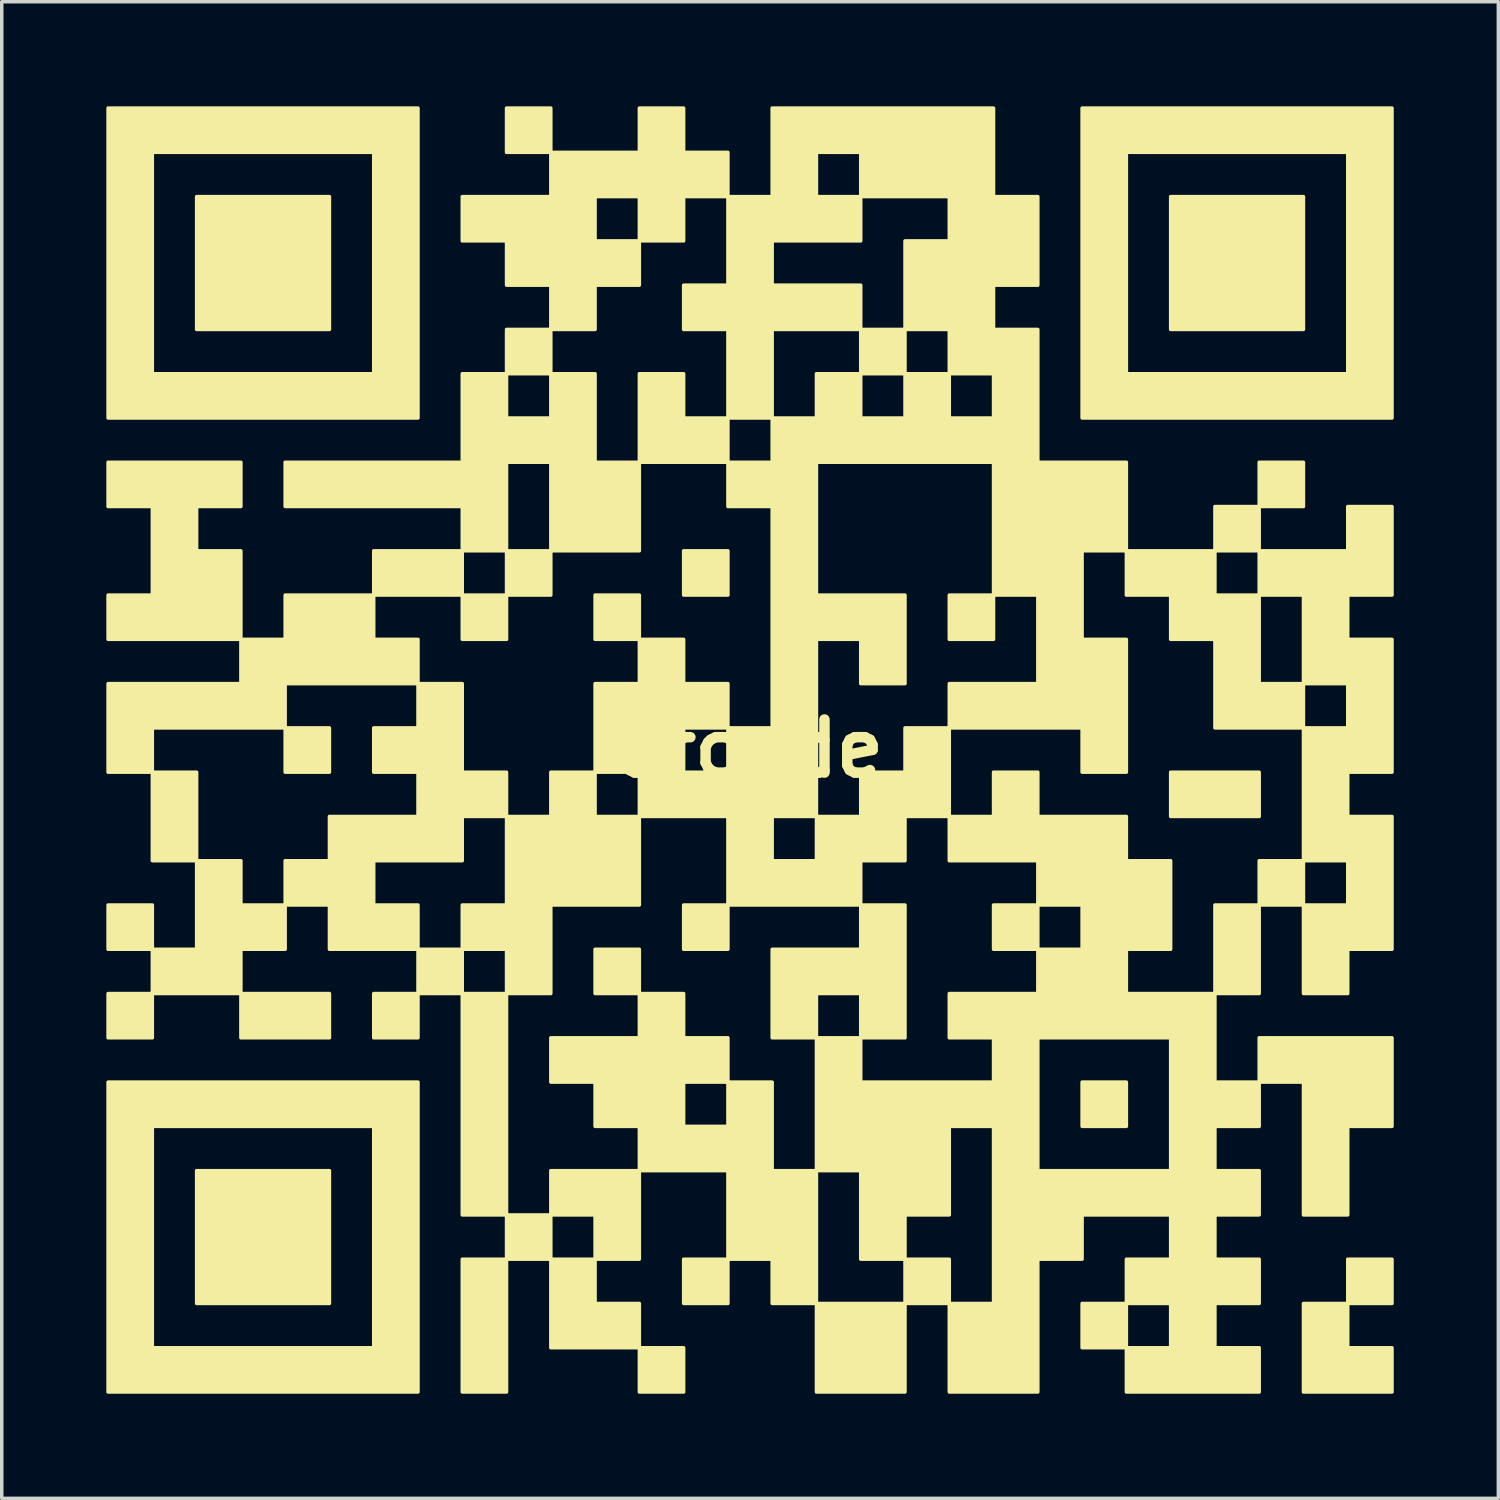
<source format=kicad_pcb>
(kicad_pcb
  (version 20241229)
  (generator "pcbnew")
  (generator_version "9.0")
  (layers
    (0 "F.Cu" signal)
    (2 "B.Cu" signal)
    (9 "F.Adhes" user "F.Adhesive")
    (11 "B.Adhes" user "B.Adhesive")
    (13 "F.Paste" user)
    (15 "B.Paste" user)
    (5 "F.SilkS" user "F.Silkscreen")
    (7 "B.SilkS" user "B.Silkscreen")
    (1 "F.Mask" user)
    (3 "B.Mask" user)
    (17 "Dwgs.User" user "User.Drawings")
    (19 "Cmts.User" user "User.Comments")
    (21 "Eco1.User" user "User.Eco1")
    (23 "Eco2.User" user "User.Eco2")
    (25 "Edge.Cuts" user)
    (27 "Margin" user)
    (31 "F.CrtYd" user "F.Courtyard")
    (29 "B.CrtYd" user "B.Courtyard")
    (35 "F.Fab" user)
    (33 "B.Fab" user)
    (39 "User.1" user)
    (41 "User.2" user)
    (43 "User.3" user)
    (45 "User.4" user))
  (footprint "qrcode"
    (layer "F.Cu")
    (at 18.423 18.423)
    (property "Reference" "qrcode" (at 0 0 0) (layer "F.SilkS") (effects (font (size 1.524 1.524) (thickness 0.3))))
    (attr through_hole)
    (fp_poly (pts (xy -17.103 5.757) (xy -17.738 5.757) (xy -18.373 5.757) (xy -18.373 5.122) (xy -18.373 4.487) (xy -17.738 4.487) (xy -17.103 4.487) (xy -17.103 5.122) (xy -17.103 5.757)) (stroke (width 0.1) (type solid)) (fill yes) (layer "F.SilkS"))
    (fp_poly (pts (xy -17.103 8.297) (xy -17.738 8.297) (xy -18.373 8.297) (xy -18.373 7.662) (xy -18.373 7.027) (xy -17.738 7.027) (xy -17.103 7.027) (xy -17.103 7.662) (xy -17.103 8.297)) (stroke (width 0.1) (type solid)) (fill yes) (layer "F.SilkS"))
    (fp_poly (pts (xy -15.833 3.217) (xy -16.468 3.217) (xy -17.103 3.217) (xy -17.103 1.947) (xy -17.103 0.677) (xy -16.468 0.677) (xy -15.833 0.677) (xy -15.833 1.947) (xy -15.833 3.217)) (stroke (width 0.1) (type solid)) (fill yes) (layer "F.SilkS"))
    (fp_poly (pts (xy -12.023 -12.023) (xy -13.928 -12.023) (xy -15.833 -12.023) (xy -15.833 -13.928) (xy -15.833 -15.833) (xy -13.928 -15.833) (xy -12.023 -15.833) (xy -12.023 -13.928) (xy -12.023 -12.023)) (stroke (width 0.1) (type solid)) (fill yes) (layer "F.SilkS"))
    (fp_poly (pts (xy -12.023 0.677) (xy -12.658 0.677) (xy -13.293 0.677) (xy -13.293 0.042) (xy -13.293 -0.593) (xy -12.658 -0.593) (xy -12.023 -0.593) (xy -12.023 0.042) (xy -12.023 0.677)) (stroke (width 0.1) (type solid)) (fill yes) (layer "F.SilkS"))
    (fp_poly (pts (xy -12.023 8.297) (xy -13.293 8.297) (xy -14.563 8.297) (xy -14.563 7.662) (xy -14.563 7.027) (xy -13.293 7.027) (xy -12.023 7.027) (xy -12.023 7.662) (xy -12.023 8.297)) (stroke (width 0.1) (type solid)) (fill yes) (layer "F.SilkS"))
    (fp_poly (pts (xy -12.023 15.917) (xy -13.928 15.917) (xy -15.833 15.917) (xy -15.833 14.012) (xy -15.833 12.107) (xy -13.928 12.107) (xy -12.023 12.107) (xy -12.023 14.012) (xy -12.023 15.917)) (stroke (width 0.1) (type solid)) (fill yes) (layer "F.SilkS"))
    (fp_poly (pts (xy -9.483 8.297) (xy -10.118 8.297) (xy -10.753 8.297) (xy -10.753 7.662) (xy -10.753 7.027) (xy -10.118 7.027) (xy -9.483 7.027) (xy -9.483 7.662) (xy -9.483 8.297)) (stroke (width 0.1) (type solid)) (fill yes) (layer "F.SilkS"))
    (fp_poly (pts (xy -8.213 -4.403) (xy -9.483 -4.403) (xy -10.753 -4.403) (xy -10.753 -5.038) (xy -10.753 -5.673) (xy -9.483 -5.673) (xy -8.213 -5.673) (xy -8.213 -5.038) (xy -8.213 -4.403)) (stroke (width 0.1) (type solid)) (fill yes) (layer "F.SilkS"))
    (fp_poly (pts (xy -8.213 7.027) (xy -8.848 7.027) (xy -9.483 7.027) (xy -9.483 6.392) (xy -9.483 5.757) (xy -8.848 5.757) (xy -8.213 5.757) (xy -8.213 6.392) (xy -8.213 7.027)) (stroke (width 0.1) (type solid)) (fill yes) (layer "F.SilkS"))
    (fp_poly (pts (xy -6.943 -3.133) (xy -7.578 -3.133) (xy -8.213 -3.133) (xy -8.213 -3.768) (xy -8.213 -4.403) (xy -7.578 -4.403) (xy -6.943 -4.403) (xy -6.943 -3.768) (xy -6.943 -3.133)) (stroke (width 0.1) (type solid)) (fill yes) (layer "F.SilkS"))
    (fp_poly (pts (xy -6.943 13.377) (xy -7.578 13.377) (xy -8.213 13.377) (xy -8.213 10.202) (xy -8.213 7.027) (xy -7.578 7.027) (xy -6.943 7.027) (xy -6.943 10.202) (xy -6.943 13.377)) (stroke (width 0.1) (type solid)) (fill yes) (layer "F.SilkS"))
    (fp_poly (pts (xy -6.943 18.457) (xy -7.578 18.457) (xy -8.213 18.457) (xy -8.213 16.552) (xy -8.213 14.647) (xy -7.578 14.647) (xy -6.943 14.647) (xy -6.943 16.552) (xy -6.943 18.457)) (stroke (width 0.1) (type solid)) (fill yes) (layer "F.SilkS"))
    (fp_poly (pts (xy -5.673 -17.103) (xy -6.308 -17.103) (xy -6.943 -17.103) (xy -6.943 -17.738) (xy -6.943 -18.373) (xy -6.308 -18.373) (xy -5.673 -18.373) (xy -5.673 -17.738) (xy -5.673 -17.103)) (stroke (width 0.1) (type solid)) (fill yes) (layer "F.SilkS"))
    (fp_poly (pts (xy -5.673 -10.753) (xy -6.308 -10.753) (xy -6.943 -10.753) (xy -6.943 -11.388) (xy -6.943 -12.023) (xy -6.308 -12.023) (xy -5.673 -12.023) (xy -5.673 -11.388) (xy -5.673 -10.753)) (stroke (width 0.1) (type solid)) (fill yes) (layer "F.SilkS"))
    (fp_poly (pts (xy -5.673 -4.403) (xy -6.308 -4.403) (xy -6.943 -4.403) (xy -6.943 -5.038) (xy -6.943 -5.673) (xy -6.308 -5.673) (xy -5.673 -5.673) (xy -5.673 -5.038) (xy -5.673 -4.403)) (stroke (width 0.1) (type solid)) (fill yes) (layer "F.SilkS"))
    (fp_poly (pts (xy -5.673 14.647) (xy -6.308 14.647) (xy -6.943 14.647) (xy -6.943 14.012) (xy -6.943 13.377) (xy -6.308 13.377) (xy -5.673 13.377) (xy -5.673 14.012) (xy -5.673 14.647)) (stroke (width 0.1) (type solid)) (fill yes) (layer "F.SilkS"))
    (fp_poly (pts (xy -3.133 -3.133) (xy -3.768 -3.133) (xy -4.403 -3.133) (xy -4.403 -3.768) (xy -4.403 -4.403) (xy -3.768 -4.403) (xy -3.133 -4.403) (xy -3.133 -3.768) (xy -3.133 -3.133)) (stroke (width 0.1) (type solid)) (fill yes) (layer "F.SilkS"))
    (fp_poly (pts (xy -3.133 7.027) (xy -3.768 7.027) (xy -4.403 7.027) (xy -4.403 6.392) (xy -4.403 5.757) (xy -3.768 5.757) (xy -3.133 5.757) (xy -3.133 6.392) (xy -3.133 7.027)) (stroke (width 0.1) (type solid)) (fill yes) (layer "F.SilkS"))
    (fp_poly (pts (xy -1.863 18.457) (xy -2.498 18.457) (xy -3.133 18.457) (xy -3.133 17.822) (xy -3.133 17.187) (xy -2.498 17.187) (xy -1.863 17.187) (xy -1.863 17.822) (xy -1.863 18.457)) (stroke (width 0.1) (type solid)) (fill yes) (layer "F.SilkS"))
    (fp_poly (pts (xy -0.593 -4.403) (xy -1.228 -4.403) (xy -1.863 -4.403) (xy -1.863 -5.038) (xy -1.863 -5.673) (xy -1.228 -5.673) (xy -0.593 -5.673) (xy -0.593 -5.038) (xy -0.593 -4.403)) (stroke (width 0.1) (type solid)) (fill yes) (layer "F.SilkS"))
    (fp_poly (pts (xy -0.593 5.757) (xy -1.228 5.757) (xy -1.863 5.757) (xy -1.863 5.122) (xy -1.863 4.487) (xy -1.228 4.487) (xy -0.593 4.487) (xy -0.593 5.122) (xy -0.593 5.757)) (stroke (width 0.1) (type solid)) (fill yes) (layer "F.SilkS"))
    (fp_poly (pts (xy -0.593 15.917) (xy -1.228 15.917) (xy -1.863 15.917) (xy -1.863 15.282) (xy -1.863 14.647) (xy -1.228 14.647) (xy -0.593 14.647) (xy -0.593 15.282) (xy -0.593 15.917)) (stroke (width 0.1) (type solid)) (fill yes) (layer "F.SilkS"))
    (fp_poly (pts (xy 4.487 -10.753) (xy 3.852 -10.753) (xy 3.217 -10.753) (xy 3.217 -11.388) (xy 3.217 -12.023) (xy 3.852 -12.023) (xy 4.487 -12.023) (xy 4.487 -11.388) (xy 4.487 -10.753)) (stroke (width 0.1) (type solid)) (fill yes) (layer "F.SilkS"))
    (fp_poly (pts (xy 4.487 18.457) (xy 3.217 18.457) (xy 1.947 18.457) (xy 1.947 17.187) (xy 1.947 15.917) (xy 3.217 15.917) (xy 4.487 15.917) (xy 4.487 17.187) (xy 4.487 18.457)) (stroke (width 0.1) (type solid)) (fill yes) (layer "F.SilkS"))
    (fp_poly (pts (xy 5.757 15.917) (xy 5.122 15.917) (xy 4.487 15.917) (xy 4.487 15.282) (xy 4.487 14.647) (xy 5.122 14.647) (xy 5.757 14.647) (xy 5.757 15.282) (xy 5.757 15.917)) (stroke (width 0.1) (type solid)) (fill yes) (layer "F.SilkS"))
    (fp_poly (pts (xy 7.027 -3.133) (xy 6.392 -3.133) (xy 5.757 -3.133) (xy 5.757 -3.768) (xy 5.757 -4.403) (xy 6.392 -4.403) (xy 7.027 -4.403) (xy 7.027 -3.768) (xy 7.027 -3.133)) (stroke (width 0.1) (type solid)) (fill yes) (layer "F.SilkS"))
    (fp_poly (pts (xy 8.297 5.757) (xy 7.662 5.757) (xy 7.027 5.757) (xy 7.027 5.122) (xy 7.027 4.487) (xy 7.662 4.487) (xy 8.297 4.487) (xy 8.297 5.122) (xy 8.297 5.757)) (stroke (width 0.1) (type solid)) (fill yes) (layer "F.SilkS"))
    (fp_poly (pts (xy 10.837 10.837) (xy 10.202 10.837) (xy 9.567 10.837) (xy 9.567 10.202) (xy 9.567 9.567) (xy 10.202 9.567) (xy 10.837 9.567) (xy 10.837 10.202) (xy 10.837 10.837)) (stroke (width 0.1) (type solid)) (fill yes) (layer "F.SilkS"))
    (fp_poly (pts (xy 10.837 17.187) (xy 10.202 17.187) (xy 9.567 17.187) (xy 9.567 16.552) (xy 9.567 15.917) (xy 10.202 15.917) (xy 10.837 15.917) (xy 10.837 16.552) (xy 10.837 17.187)) (stroke (width 0.1) (type solid)) (fill yes) (layer "F.SilkS"))
    (fp_poly (pts (xy 14.647 -5.673) (xy 14.012 -5.673) (xy 13.377 -5.673) (xy 13.377 -6.308) (xy 13.377 -6.943) (xy 14.012 -6.943) (xy 14.647 -6.943) (xy 14.647 -6.308) (xy 14.647 -5.673)) (stroke (width 0.1) (type solid)) (fill yes) (layer "F.SilkS"))
    (fp_poly (pts (xy 14.647 1.947) (xy 13.377 1.947) (xy 12.107 1.947) (xy 12.107 1.312) (xy 12.107 0.677) (xy 13.377 0.677) (xy 14.647 0.677) (xy 14.647 1.312) (xy 14.647 1.947)) (stroke (width 0.1) (type solid)) (fill yes) (layer "F.SilkS"))
    (fp_poly (pts (xy 14.647 7.027) (xy 14.012 7.027) (xy 13.377 7.027) (xy 13.377 5.757) (xy 13.377 4.487) (xy 14.012 4.487) (xy 14.647 4.487) (xy 14.647 5.757) (xy 14.647 7.027)) (stroke (width 0.1) (type solid)) (fill yes) (layer "F.SilkS"))
    (fp_poly (pts (xy 15.917 -12.023) (xy 14.012 -12.023) (xy 12.107 -12.023) (xy 12.107 -13.928) (xy 12.107 -15.833) (xy 14.012 -15.833) (xy 15.917 -15.833) (xy 15.917 -13.928) (xy 15.917 -12.023)) (stroke (width 0.1) (type solid)) (fill yes) (layer "F.SilkS"))
    (fp_poly (pts (xy 15.917 -6.943) (xy 15.282 -6.943) (xy 14.647 -6.943) (xy 14.647 -7.578) (xy 14.647 -8.213) (xy 15.282 -8.213) (xy 15.917 -8.213) (xy 15.917 -7.578) (xy 15.917 -6.943)) (stroke (width 0.1) (type solid)) (fill yes) (layer "F.SilkS"))
    (fp_poly (pts (xy 15.917 4.487) (xy 15.282 4.487) (xy 14.647 4.487) (xy 14.647 3.852) (xy 14.647 3.217) (xy 15.282 3.217) (xy 15.917 3.217) (xy 15.917 3.852) (xy 15.917 4.487)) (stroke (width 0.1) (type solid)) (fill yes) (layer "F.SilkS"))
    (fp_poly (pts (xy 18.457 15.917) (xy 17.822 15.917) (xy 17.187 15.917) (xy 17.187 15.282) (xy 17.187 14.647) (xy 17.822 14.647) (xy 18.457 14.647) (xy 18.457 15.282) (xy 18.457 15.917)) (stroke (width 0.1) (type solid)) (fill yes) (layer "F.SilkS"))
    (fp_poly (pts (xy -3.133 14.647) (xy -3.768 14.647) (xy -4.403 14.647) (xy -4.403 14.012) (xy -4.403 13.377) (xy -5.038 13.377) (xy -5.673 13.377) (xy -5.673 12.742) (xy -5.673 12.107) (xy -4.403 12.107) (xy -3.133 12.107) (xy -3.133 13.377) (xy -3.133 14.647)) (stroke (width 0.1) (type solid)) (fill yes) (layer "F.SilkS"))
    (fp_poly (pts (xy -3.133 17.187) (xy -4.403 17.187) (xy -5.673 17.187) (xy -5.673 15.917) (xy -5.673 14.647) (xy -5.038 14.647) (xy -4.403 14.647) (xy -4.403 15.282) (xy -4.403 15.917) (xy -3.768 15.917) (xy -3.133 15.917) (xy -3.133 16.552) (xy -3.133 17.187)) (stroke (width 0.1) (type solid)) (fill yes) (layer "F.SilkS"))
    (fp_poly (pts (xy -0.593 -8.213) (xy -1.863 -8.213) (xy -3.133 -8.213) (xy -3.133 -9.483) (xy -3.133 -10.753) (xy -2.498 -10.753) (xy -1.863 -10.753) (xy -1.863 -10.118) (xy -1.863 -9.483) (xy -1.228 -9.483) (xy -0.593 -9.483) (xy -0.593 -8.848) (xy -0.593 -8.213)) (stroke (width 0.1) (type solid)) (fill yes) (layer "F.SilkS"))
    (fp_poly (pts (xy 18.457 18.457) (xy 17.187 18.457) (xy 15.917 18.457) (xy 15.917 17.187) (xy 15.917 15.917) (xy 16.552 15.917) (xy 17.187 15.917) (xy 17.187 16.552) (xy 17.187 17.187) (xy 17.822 17.187) (xy 18.457 17.187) (xy 18.457 17.822) (xy 18.457 18.457)) (stroke (width 0.1) (type solid)) (fill yes) (layer "F.SilkS"))
    (fp_poly (pts (xy 18.457 10.837) (xy 17.822 10.837) (xy 17.187 10.837) (xy 17.187 12.107) (xy 17.187 13.377) (xy 16.552 13.377) (xy 15.917 13.377) (xy 15.917 11.472) (xy 15.917 9.567) (xy 15.282 9.567) (xy 14.647 9.567) (xy 14.647 8.932) (xy 14.647 8.297) (xy 16.552 8.297) (xy 18.457 8.297) (xy 18.457 9.567) (xy 18.457 10.837)) (stroke (width 0.1) (type solid)) (fill yes) (layer "F.SilkS"))
    (fp_poly (pts (xy -9.483 -9.483) (xy -10.753 -9.483) (xy -10.753 -10.753) (xy -10.753 -13.928) (xy -10.753 -17.103) (xy -13.928 -17.103) (xy -17.103 -17.103) (xy -17.103 -13.928) (xy -17.103 -10.753) (xy -13.928 -10.753) (xy -10.753 -10.753) (xy -10.753 -9.483) (xy -13.928 -9.483) (xy -18.373 -9.483) (xy -18.373 -13.928) (xy -18.373 -18.373) (xy -13.928 -18.373) (xy -9.483 -18.373) (xy -9.483 -13.928) (xy -9.483 -9.483)) (stroke (width 0.1) (type solid)) (fill yes) (layer "F.SilkS"))
    (fp_poly (pts (xy -9.483 18.457) (xy -10.753 18.457) (xy -10.753 17.187) (xy -10.753 14.012) (xy -10.753 10.837) (xy -13.928 10.837) (xy -17.103 10.837) (xy -17.103 14.012) (xy -17.103 17.187) (xy -13.928 17.187) (xy -10.753 17.187) (xy -10.753 18.457) (xy -13.928 18.457) (xy -18.373 18.457) (xy -18.373 14.012) (xy -18.373 9.567) (xy -13.928 9.567) (xy -9.483 9.567) (xy -9.483 14.012) (xy -9.483 18.457)) (stroke (width 0.1) (type solid)) (fill yes) (layer "F.SilkS"))
    (fp_poly (pts (xy 18.457 -9.483) (xy 17.187 -9.483) (xy 17.187 -10.753) (xy 17.187 -13.928) (xy 17.187 -17.103) (xy 14.012 -17.103) (xy 10.837 -17.103) (xy 10.837 -13.928) (xy 10.837 -10.753) (xy 14.012 -10.753) (xy 17.187 -10.753) (xy 17.187 -9.483) (xy 14.012 -9.483) (xy 9.567 -9.483) (xy 9.567 -13.928) (xy 9.567 -18.373) (xy 14.012 -18.373) (xy 18.457 -18.373) (xy 18.457 -13.928) (xy 18.457 -9.483)) (stroke (width 0.1) (type solid)) (fill yes) (layer "F.SilkS"))
    (fp_poly (pts (xy -13.293 5.757) (xy -13.928 5.757) (xy -14.563 5.757) (xy -14.563 6.392) (xy -14.563 7.027) (xy -15.833 7.027) (xy -17.103 7.027) (xy -17.103 6.392) (xy -17.103 5.757) (xy -16.468 5.757) (xy -15.833 5.757) (xy -15.833 4.487) (xy -15.833 3.217) (xy -15.198 3.217) (xy -14.563 3.217) (xy -14.563 3.852) (xy -14.563 4.487) (xy -13.928 4.487) (xy -13.293 4.487) (xy -13.293 5.122) (xy -13.293 5.757)) (stroke (width 0.1) (type solid)) (fill yes) (layer "F.SilkS"))
    (fp_poly (pts (xy 4.487 8.297) (xy 3.852 8.297) (xy 3.217 8.297) (xy 3.217 7.662) (xy 3.217 7.027) (xy 2.582 7.027) (xy 1.947 7.027) (xy 1.947 7.662) (xy 1.947 8.297) (xy 1.312 8.297) (xy 0.677 8.297) (xy 0.677 7.027) (xy 0.677 5.757) (xy 1.947 5.757) (xy 3.217 5.757) (xy 3.217 5.122) (xy 3.217 4.487) (xy 3.852 4.487) (xy 4.487 4.487) (xy 4.487 6.392) (xy 4.487 8.297)) (stroke (width 0.1) (type solid)) (fill yes) (layer "F.SilkS"))
    (fp_poly (pts (xy -14.563 -3.133) (xy -16.468 -3.133) (xy -18.373 -3.133) (xy -18.373 -3.768) (xy -18.373 -4.403) (xy -17.738 -4.403) (xy -17.103 -4.403) (xy -17.103 -5.673) (xy -17.103 -6.943) (xy -17.738 -6.943) (xy -18.373 -6.943) (xy -18.373 -7.578) (xy -18.373 -8.213) (xy -16.468 -8.213) (xy -14.563 -8.213) (xy -14.563 -7.578) (xy -14.563 -6.943) (xy -15.198 -6.943) (xy -15.833 -6.943) (xy -15.833 -6.308) (xy -15.833 -5.673) (xy -15.198 -5.673) (xy -14.563 -5.673) (xy -14.563 -4.403) (xy -14.563 -3.133)) (stroke (width 0.1) (type solid)) (fill yes) (layer "F.SilkS"))
    (fp_poly (pts (xy 15.917 -0.593) (xy 14.647 -0.593) (xy 13.377 -0.593) (xy 13.377 -1.863) (xy 13.377 -3.133) (xy 12.742 -3.133) (xy 12.107 -3.133) (xy 12.107 -3.768) (xy 12.107 -4.403) (xy 11.472 -4.403) (xy 10.837 -4.403) (xy 10.837 -5.038) (xy 10.837 -5.673) (xy 12.107 -5.673) (xy 13.377 -5.673) (xy 13.377 -5.038) (xy 13.377 -4.403) (xy 14.012 -4.403) (xy 14.647 -4.403) (xy 14.647 -3.133) (xy 14.647 -1.863) (xy 15.282 -1.863) (xy 15.917 -1.863) (xy 15.917 -1.228) (xy 15.917 -0.593)) (stroke (width 0.1) (type solid)) (fill yes) (layer "F.SilkS"))
    (fp_poly (pts (xy -9.483 -1.863) (xy -11.388 -1.863) (xy -13.293 -1.863) (xy -13.293 -1.228) (xy -13.293 -0.593) (xy -15.198 -0.593) (xy -17.103 -0.593) (xy -17.103 0.042) (xy -17.103 0.677) (xy -17.738 0.677) (xy -18.373 0.677) (xy -18.373 -0.593) (xy -18.373 -1.863) (xy -16.468 -1.863) (xy -14.563 -1.863) (xy -14.563 -2.498) (xy -14.563 -3.133) (xy -13.928 -3.133) (xy -13.293 -3.133) (xy -13.293 -3.768) (xy -13.293 -4.403) (xy -12.023 -4.403) (xy -10.753 -4.403) (xy -10.753 -3.768) (xy -10.753 -3.133) (xy -10.118 -3.133) (xy -9.483 -3.133) (xy -9.483 -2.498) (xy -9.483 -1.863)) (stroke (width 0.1) (type solid)) (fill yes) (layer "F.SilkS"))
    (fp_poly (pts (xy -3.133 4.487) (xy -4.403 4.487) (xy -5.673 4.487) (xy -5.673 5.757) (xy -5.673 7.027) (xy -6.308 7.027) (xy -6.943 7.027) (xy -6.943 6.392) (xy -6.943 5.757) (xy -7.578 5.757) (xy -8.213 5.757) (xy -8.213 5.122) (xy -8.213 4.487) (xy -7.578 4.487) (xy -6.943 4.487) (xy -6.943 3.217) (xy -6.943 1.947) (xy -6.308 1.947) (xy -5.673 1.947) (xy -5.673 1.312) (xy -5.673 0.677) (xy -5.038 0.677) (xy -4.403 0.677) (xy -4.403 1.312) (xy -4.403 1.947) (xy -3.768 1.947) (xy -3.133 1.947) (xy -3.133 3.217) (xy -3.133 4.487)) (stroke (width 0.1) (type solid)) (fill yes) (layer "F.SilkS"))
    (fp_poly (pts (xy -3.133 -5.673) (xy -4.403 -5.673) (xy -5.673 -5.673) (xy -5.673 -6.943) (xy -5.673 -8.213) (xy -6.308 -8.213) (xy -6.943 -8.213) (xy -6.943 -6.943) (xy -6.943 -5.673) (xy -7.578 -5.673) (xy -8.213 -5.673) (xy -8.213 -6.308) (xy -8.213 -6.943) (xy -10.753 -6.943) (xy -13.293 -6.943) (xy -13.293 -7.578) (xy -13.293 -8.213) (xy -10.753 -8.213) (xy -8.213 -8.213) (xy -8.213 -9.483) (xy -8.213 -10.753) (xy -7.578 -10.753) (xy -6.943 -10.753) (xy -6.943 -10.118) (xy -6.943 -9.483) (xy -6.308 -9.483) (xy -5.673 -9.483) (xy -5.673 -10.118) (xy -5.673 -10.753) (xy -5.038 -10.753) (xy -4.403 -10.753) (xy -4.403 -9.483) (xy -4.403 -8.213) (xy -3.768 -8.213) (xy -3.133 -8.213) (xy -3.133 -6.943) (xy -3.133 -5.673)) (stroke (width 0.1) (type solid)) (fill yes) (layer "F.SilkS"))
    (fp_poly (pts (xy -6.943 1.947) (xy -7.578 1.947) (xy -8.213 1.947) (xy -8.213 2.582) (xy -8.213 3.217) (xy -9.483 3.217) (xy -10.753 3.217) (xy -10.753 3.852) (xy -10.753 4.487) (xy -10.118 4.487) (xy -9.483 4.487) (xy -9.483 5.122) (xy -9.483 5.757) (xy -10.753 5.757) (xy -12.023 5.757) (xy -12.023 5.122) (xy -12.023 4.487) (xy -12.658 4.487) (xy -13.293 4.487) (xy -13.293 3.852) (xy -13.293 3.217) (xy -12.658 3.217) (xy -12.023 3.217) (xy -12.023 2.582) (xy -12.023 1.947) (xy -10.753 1.947) (xy -9.483 1.947) (xy -9.483 1.312) (xy -9.483 0.677) (xy -10.118 0.677) (xy -10.753 0.677) (xy -10.753 0.042) (xy -10.753 -0.593) (xy -10.118 -0.593) (xy -9.483 -0.593) (xy -9.483 -1.228) (xy -9.483 -1.863) (xy -8.848 -1.863) (xy -8.213 -1.863) (xy -8.213 -0.593) (xy -8.213 0.677) (xy -7.578 0.677) (xy -6.943 0.677) (xy -6.943 1.312) (xy -6.943 1.947)) (stroke (width 0.1) (type solid)) (fill yes) (layer "F.SilkS"))
    (fp_poly (pts (xy -0.593 -15.833) (xy -1.228 -15.833) (xy -1.863 -15.833) (xy -1.863 -15.198) (xy -1.863 -14.563) (xy -2.498 -14.563) (xy -3.133 -14.563) (xy -3.133 -15.198) (xy -3.133 -15.833) (xy -3.768 -15.833) (xy -4.403 -15.833) (xy -4.403 -15.198) (xy -4.403 -14.563) (xy -3.768 -14.563) (xy -3.133 -14.563) (xy -3.133 -13.928) (xy -3.133 -13.293) (xy -3.768 -13.293) (xy -4.403 -13.293) (xy -4.403 -12.658) (xy -4.403 -12.023) (xy -5.038 -12.023) (xy -5.673 -12.023) (xy -5.673 -12.658) (xy -5.673 -13.293) (xy -6.308 -13.293) (xy -6.943 -13.293) (xy -6.943 -13.928) (xy -6.943 -14.563) (xy -7.578 -14.563) (xy -8.213 -14.563) (xy -8.213 -15.198) (xy -8.213 -15.833) (xy -6.943 -15.833) (xy -5.673 -15.833) (xy -5.673 -16.468) (xy -5.673 -17.103) (xy -4.403 -17.103) (xy -3.133 -17.103) (xy -3.133 -17.738) (xy -3.133 -18.373) (xy -2.498 -18.373) (xy -1.863 -18.373) (xy -1.863 -17.738) (xy -1.863 -17.103) (xy -1.228 -17.103) (xy -0.593 -17.103) (xy -0.593 -16.468) (xy -0.593 -15.833)) (stroke (width 0.1) (type solid)) (fill yes) (layer "F.SilkS"))
    (fp_poly (pts (xy 1.947 15.917) (xy 1.312 15.917) (xy 0.677 15.917) (xy 0.677 15.282) (xy 0.677 14.647) (xy 0.042 14.647) (xy -0.593 14.647) (xy -0.593 13.377) (xy -0.593 12.107) (xy -1.863 12.107) (xy -3.133 12.107) (xy -3.133 11.472) (xy -3.133 10.837) (xy -3.768 10.837) (xy -4.403 10.837) (xy -4.403 10.202) (xy -4.403 9.567) (xy -5.038 9.567) (xy -5.673 9.567) (xy -5.673 8.932) (xy -5.673 8.297) (xy -4.403 8.297) (xy -3.133 8.297) (xy -3.133 7.662) (xy -3.133 7.027) (xy -2.498 7.027) (xy -1.863 7.027) (xy -1.863 7.662) (xy -1.863 8.297) (xy -1.228 8.297) (xy -0.593 8.297) (xy -0.593 8.932) (xy -0.593 9.567) (xy -1.228 9.567) (xy -1.863 9.567) (xy -1.863 10.202) (xy -1.863 10.837) (xy -1.228 10.837) (xy -0.593 10.837) (xy -0.593 10.202) (xy -0.593 9.567) (xy 0.042 9.567) (xy 0.677 9.567) (xy 0.677 10.837) (xy 0.677 12.107) (xy 1.312 12.107) (xy 1.947 12.107) (xy 1.947 14.012) (xy 1.947 15.917)) (stroke (width 0.1) (type solid)) (fill yes) (layer "F.SilkS"))
    (fp_poly (pts (xy 18.457 5.757) (xy 17.822 5.757) (xy 17.187 5.757) (xy 17.187 6.392) (xy 17.187 7.027) (xy 16.552 7.027) (xy 15.917 7.027) (xy 15.917 5.757) (xy 15.917 4.487) (xy 16.552 4.487) (xy 17.187 4.487) (xy 17.187 3.852) (xy 17.187 3.217) (xy 16.552 3.217) (xy 15.917 3.217) (xy 15.917 1.312) (xy 15.917 -0.593) (xy 16.552 -0.593) (xy 17.187 -0.593) (xy 17.187 -1.228) (xy 17.187 -1.863) (xy 16.552 -1.863) (xy 15.917 -1.863) (xy 15.917 -3.133) (xy 15.917 -4.403) (xy 15.282 -4.403) (xy 14.647 -4.403) (xy 14.647 -5.038) (xy 14.647 -5.673) (xy 15.917 -5.673) (xy 17.187 -5.673) (xy 17.187 -6.308) (xy 17.187 -6.943) (xy 17.822 -6.943) (xy 18.457 -6.943) (xy 18.457 -5.673) (xy 18.457 -4.403) (xy 17.822 -4.403) (xy 17.187 -4.403) (xy 17.187 -3.768) (xy 17.187 -3.133) (xy 17.822 -3.133) (xy 18.457 -3.133) (xy 18.457 -1.228) (xy 18.457 0.677) (xy 17.822 0.677) (xy 17.187 0.677) (xy 17.187 1.312) (xy 17.187 1.947) (xy 17.822 1.947) (xy 18.457 1.947) (xy 18.457 3.852) (xy 18.457 5.757)) (stroke (width 0.1) (type solid)) (fill yes) (layer "F.SilkS"))
    (fp_poly (pts (xy 14.647 18.457) (xy 12.742 18.457) (xy 10.837 18.457) (xy 10.837 17.822) (xy 10.837 17.187) (xy 11.472 17.187) (xy 12.107 17.187) (xy 12.107 16.552) (xy 12.107 15.917) (xy 11.472 15.917) (xy 10.837 15.917) (xy 10.837 15.282) (xy 10.837 14.647) (xy 11.472 14.647) (xy 12.107 14.647) (xy 12.107 14.012) (xy 12.107 13.377) (xy 12.107 12.107) (xy 12.107 10.202) (xy 12.107 8.297) (xy 10.202 8.297) (xy 8.297 8.297) (xy 8.297 10.202) (xy 8.297 12.107) (xy 10.202 12.107) (xy 12.107 12.107) (xy 12.107 13.377) (xy 10.837 13.377) (xy 9.567 13.377) (xy 9.567 14.012) (xy 9.567 14.647) (xy 8.932 14.647) (xy 8.297 14.647) (xy 8.297 16.552) (xy 8.297 18.457) (xy 7.027 18.457) (xy 5.757 18.457) (xy 5.757 17.187) (xy 5.757 15.917) (xy 6.392 15.917) (xy 7.027 15.917) (xy 7.027 13.377) (xy 7.027 10.837) (xy 6.392 10.837) (xy 5.757 10.837) (xy 5.757 12.107) (xy 5.757 13.377) (xy 5.122 13.377) (xy 4.487 13.377) (xy 4.487 14.012) (xy 4.487 14.647) (xy 3.852 14.647) (xy 3.217 14.647) (xy 3.217 13.377) (xy 3.217 12.107) (xy 2.582 12.107) (xy 1.947 12.107) (xy 1.947 10.202) (xy 1.947 8.297) (xy 2.582 8.297) (xy 3.217 8.297) (xy 3.217 8.932) (xy 3.217 9.567) (xy 5.122 9.567) (xy 7.027 9.567) (xy 7.027 8.932) (xy 7.027 8.297) (xy 6.392 8.297) (xy 5.757 8.297) (xy 5.757 7.662) (xy 5.757 7.027) (xy 7.027 7.027) (xy 8.297 7.027) (xy 8.297 6.392) (xy 8.297 5.757) (xy 8.932 5.757) (xy 9.567 5.757) (xy 9.567 5.122) (xy 9.567 4.487) (xy 8.932 4.487) (xy 8.297 4.487) (xy 8.297 3.852) (xy 8.297 3.217) (xy 7.027 3.217) (xy 5.757 3.217) (xy 5.757 2.582) (xy 5.757 1.947) (xy 6.392 1.947) (xy 7.027 1.947) (xy 7.027 1.312) (xy 7.027 0.677) (xy 7.662 0.677) (xy 8.297 0.677) (xy 8.297 1.312) (xy 8.297 1.947) (xy 9.567 1.947) (xy 10.837 1.947) (xy 10.837 2.582) (xy 10.837 3.217) (xy 11.472 3.217) (xy 12.107 3.217) (xy 12.107 4.487) (xy 12.107 5.757) (xy 11.472 5.757) (xy 10.837 5.757) (xy 10.837 6.392) (xy 10.837 7.027) (xy 12.107 7.027) (xy 13.377 7.027) (xy 13.377 8.297) (xy 13.377 9.567) (xy 14.012 9.567) (xy 14.647 9.567) (xy 14.647 10.202) (xy 14.647 10.837) (xy 14.012 10.837) (xy 13.377 10.837) (xy 13.377 11.472) (xy 13.377 12.107) (xy 14.012 12.107) (xy 14.647 12.107) (xy 14.647 12.742) (xy 14.647 13.377) (xy 14.012 13.377) (xy 13.377 13.377) (xy 13.377 14.012) (xy 13.377 14.647) (xy 14.012 14.647) (xy 14.647 14.647) (xy 14.647 15.282) (xy 14.647 15.917) (xy 14.012 15.917) (xy 13.377 15.917) (xy 13.377 16.552) (xy 13.377 17.187) (xy 14.012 17.187) (xy 14.647 17.187) (xy 14.647 17.822) (xy 14.647 18.457)) (stroke (width 0.1) (type solid)) (fill yes) (layer "F.SilkS"))
    (fp_poly (pts (xy 10.837 0.677) (xy 10.202 0.677) (xy 9.567 0.677) (xy 9.567 0.042) (xy 9.567 -0.593) (xy 7.662 -0.593) (xy 5.757 -0.593) (xy 5.757 -1.228) (xy 5.757 -1.863) (xy 7.027 -1.863) (xy 8.297 -1.863) (xy 8.297 -3.133) (xy 8.297 -4.403) (xy 7.662 -4.403) (xy 7.027 -4.403) (xy 7.027 -6.308) (xy 7.027 -8.213) (xy 4.487 -8.213) (xy 1.947 -8.213) (xy 1.947 -6.308) (xy 1.947 -4.403) (xy 3.217 -4.403) (xy 4.487 -4.403) (xy 4.487 -3.133) (xy 4.487 -1.863) (xy 3.852 -1.863) (xy 3.217 -1.863) (xy 3.217 -2.498) (xy 3.217 -3.133) (xy 2.582 -3.133) (xy 1.947 -3.133) (xy 1.947 -0.593) (xy 1.947 1.947) (xy 1.312 1.947) (xy 0.677 1.947) (xy 0.677 2.582) (xy 0.677 3.217) (xy 1.312 3.217) (xy 1.947 3.217) (xy 1.947 2.582) (xy 1.947 1.947) (xy 2.582 1.947) (xy 3.217 1.947) (xy 3.217 1.312) (xy 3.217 0.677) (xy 3.852 0.677) (xy 4.487 0.677) (xy 4.487 0.042) (xy 4.487 -0.593) (xy 5.122 -0.593) (xy 5.757 -0.593) (xy 5.757 0.677) (xy 5.757 1.947) (xy 5.122 1.947) (xy 4.487 1.947) (xy 4.487 2.582) (xy 4.487 3.217) (xy 3.852 3.217) (xy 3.217 3.217) (xy 3.217 3.852) (xy 3.217 4.487) (xy 1.312 4.487) (xy -0.593 4.487) (xy -0.593 3.217) (xy -0.593 1.947) (xy -1.863 1.947) (xy -3.133 1.947) (xy -3.133 1.312) (xy -3.133 0.677) (xy -3.768 0.677) (xy -4.403 0.677) (xy -4.403 -0.593) (xy -4.403 -1.863) (xy -3.768 -1.863) (xy -3.133 -1.863) (xy -3.133 -2.498) (xy -3.133 -3.133) (xy -2.498 -3.133) (xy -1.863 -3.133) (xy -1.863 -2.498) (xy -1.863 -1.863) (xy -1.228 -1.863) (xy -0.593 -1.863) (xy -0.593 -1.228) (xy -0.593 -0.593) (xy -1.228 -0.593) (xy -1.863 -0.593) (xy -1.863 0.042) (xy -1.863 0.677) (xy -1.228 0.677) (xy -0.593 0.677) (xy -0.593 0.042) (xy -0.593 -0.593) (xy 0.042 -0.593) (xy 0.677 -0.593) (xy 0.677 -3.768) (xy 0.677 -6.943) (xy 0.042 -6.943) (xy -0.593 -6.943) (xy -0.593 -7.578) (xy -0.593 -8.213) (xy 0.042 -8.213) (xy 0.677 -8.213) (xy 0.677 -8.848) (xy 0.677 -9.483) (xy 1.312 -9.483) (xy 1.947 -9.483) (xy 1.947 -10.118) (xy 1.947 -10.753) (xy 2.582 -10.753) (xy 3.217 -10.753) (xy 3.217 -10.118) (xy 3.217 -9.483) (xy 3.852 -9.483) (xy 4.487 -9.483) (xy 4.487 -10.118) (xy 4.487 -10.753) (xy 5.122 -10.753) (xy 5.757 -10.753) (xy 5.757 -10.118) (xy 5.757 -9.483) (xy 6.392 -9.483) (xy 7.027 -9.483) (xy 7.027 -10.118) (xy 7.027 -10.753) (xy 6.392 -10.753) (xy 5.757 -10.753) (xy 5.757 -11.388) (xy 5.757 -12.023) (xy 5.122 -12.023) (xy 4.487 -12.023) (xy 4.487 -13.293) (xy 4.487 -14.563) (xy 5.122 -14.563) (xy 5.757 -14.563) (xy 5.757 -15.198) (xy 5.757 -15.833) (xy 4.487 -15.833) (xy 3.217 -15.833) (xy 3.217 -16.468) (xy 3.217 -17.103) (xy 2.582 -17.103) (xy 1.947 -17.103) (xy 1.947 -16.468) (xy 1.947 -15.833) (xy 2.582 -15.833) (xy 3.217 -15.833) (xy 3.217 -15.198) (xy 3.217 -14.563) (xy 1.947 -14.563) (xy 0.677 -14.563) (xy 0.677 -13.928) (xy 0.677 -13.293) (xy 1.947 -13.293) (xy 3.217 -13.293) (xy 3.217 -12.658) (xy 3.217 -12.023) (xy 1.947 -12.023) (xy 0.677 -12.023) (xy 0.677 -10.753) (xy 0.677 -9.483) (xy 0.042 -9.483) (xy -0.593 -9.483) (xy -0.593 -10.753) (xy -0.593 -12.023) (xy -1.228 -12.023) (xy -1.863 -12.023) (xy -1.863 -12.658) (xy -1.863 -13.293) (xy -1.228 -13.293) (xy -0.593 -13.293) (xy -0.593 -14.563) (xy -0.593 -15.833) (xy 0.042 -15.833) (xy 0.677 -15.833) (xy 0.677 -17.103) (xy 0.677 -18.373) (xy 3.852 -18.373) (xy 7.027 -18.373) (xy 7.027 -17.103) (xy 7.027 -15.833) (xy 7.662 -15.833) (xy 8.297 -15.833) (xy 8.297 -14.563) (xy 8.297 -13.293) (xy 7.662 -13.293) (xy 7.027 -13.293) (xy 7.027 -12.658) (xy 7.027 -12.023) (xy 7.662 -12.023) (xy 8.297 -12.023) (xy 8.297 -10.118) (xy 8.297 -8.213) (xy 9.567 -8.213) (xy 10.837 -8.213) (xy 10.837 -6.943) (xy 10.837 -5.673) (xy 10.202 -5.673) (xy 9.567 -5.673) (xy 9.567 -4.403) (xy 9.567 -3.133) (xy 10.202 -3.133) (xy 10.837 -3.133) (xy 10.837 -1.228) (xy 10.837 0.677)) (stroke (width 0.1) (type solid)) (fill yes) (layer "F.SilkS")))
  (gr_rect
    (start -3 -3)
    (end 39.93 39.93)
    (stroke (width 0.1) (type default))
    (fill no)
    (layer "Edge.Cuts")))
</source>
